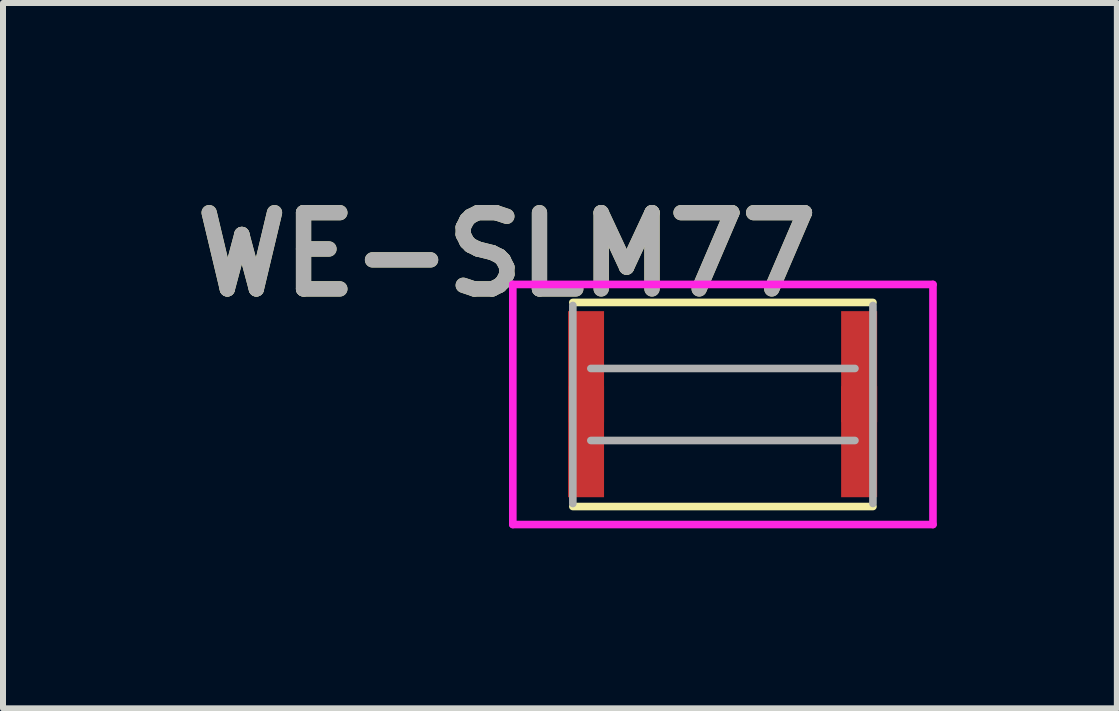
<source format=kicad_pcb>
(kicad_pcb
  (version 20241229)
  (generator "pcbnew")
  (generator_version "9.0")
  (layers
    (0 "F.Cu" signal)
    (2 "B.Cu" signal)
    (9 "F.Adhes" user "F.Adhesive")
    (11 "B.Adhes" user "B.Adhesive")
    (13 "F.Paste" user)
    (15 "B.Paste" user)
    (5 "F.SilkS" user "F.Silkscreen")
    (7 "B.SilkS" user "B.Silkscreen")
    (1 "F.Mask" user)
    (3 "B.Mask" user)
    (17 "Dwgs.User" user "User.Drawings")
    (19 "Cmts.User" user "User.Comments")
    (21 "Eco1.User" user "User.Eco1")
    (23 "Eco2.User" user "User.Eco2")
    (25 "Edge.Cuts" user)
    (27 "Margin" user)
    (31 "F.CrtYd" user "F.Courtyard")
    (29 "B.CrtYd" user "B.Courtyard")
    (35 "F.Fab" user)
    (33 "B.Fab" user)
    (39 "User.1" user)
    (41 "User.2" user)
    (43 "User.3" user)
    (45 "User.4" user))
  (footprint "WE-SLM77"
    (layer "F.Cu")
    (at 8.994 3.689)
    (property "Reference" "WE-SLM77" (at -3.6 -2.5 0) (layer "F.SilkS") (effects (font (size 1.27 1.27) (thickness 0.254))))
    (attr smd)
    (fp_line (start -2.5 -1.7) (end 2.5 -1.7) (stroke (width 0.127) (type solid)) (layer "F.SilkS"))
    (fp_line (start -2.5 1.7) (end 2.5 1.7) (stroke (width 0.127) (type solid)) (layer "F.SilkS"))
    (fp_line (start -3.5 -2) (end 3.5 -2) (stroke (width 0.127) (type solid)) (layer "F.CrtYd"))
    (fp_line (start -3.5 2) (end -3.5 -2) (stroke (width 0.127) (type solid)) (layer "F.CrtYd"))
    (fp_line (start 3.5 -2) (end 3.5 2) (stroke (width 0.127) (type solid)) (layer "F.CrtYd"))
    (fp_line (start 3.5 2) (end -3.5 2) (stroke (width 0.127) (type solid)) (layer "F.CrtYd"))
    (fp_line (start -2.5 -1.65) (end -2.5 1.65) (stroke (width 0.127) (type solid)) (layer "F.Fab"))
    (fp_line (start -2.2 -0.6) (end 2.2 -0.6) (stroke (width 0.127) (type solid)) (layer "F.Fab"))
    (fp_line (start -2.2 0.6) (end 2.2 0.6) (stroke (width 0.127) (type solid)) (layer "F.Fab"))
    (fp_line (start 2.5 -1.65) (end 2.5 1.65) (stroke (width 0.127) (type solid)) (layer "F.Fab"))
    (fp_text user "${REFERENCE}" (at -3.6 -2.5 0) (layer "F.Fab") (effects (font (size 1.27 1.27) (thickness 0.254))))
    (pad "1" smd rect (at -2.28 -0.63) (size 0.6 1.85) (layers "F.Cu" "F.Mask" "F.Paste"))
    (pad "2" smd rect (at -2.28 0.62) (size 0.6 1.85) (layers "F.Cu" "F.Mask" "F.Paste"))
    (pad "3" smd rect (at 2.27 0.62) (size 0.6 1.85) (layers "F.Cu" "F.Mask" "F.Paste"))
    (pad "4" smd rect (at 2.27 -0.63) (size 0.6 1.85) (layers "F.Cu" "F.Mask" "F.Paste")))
  (gr_rect
    (start -3 -3)
    (end 15.558 8.752)
    (stroke (width 0.1) (type default))
    (fill no)
    (layer "Edge.Cuts")))
</source>
